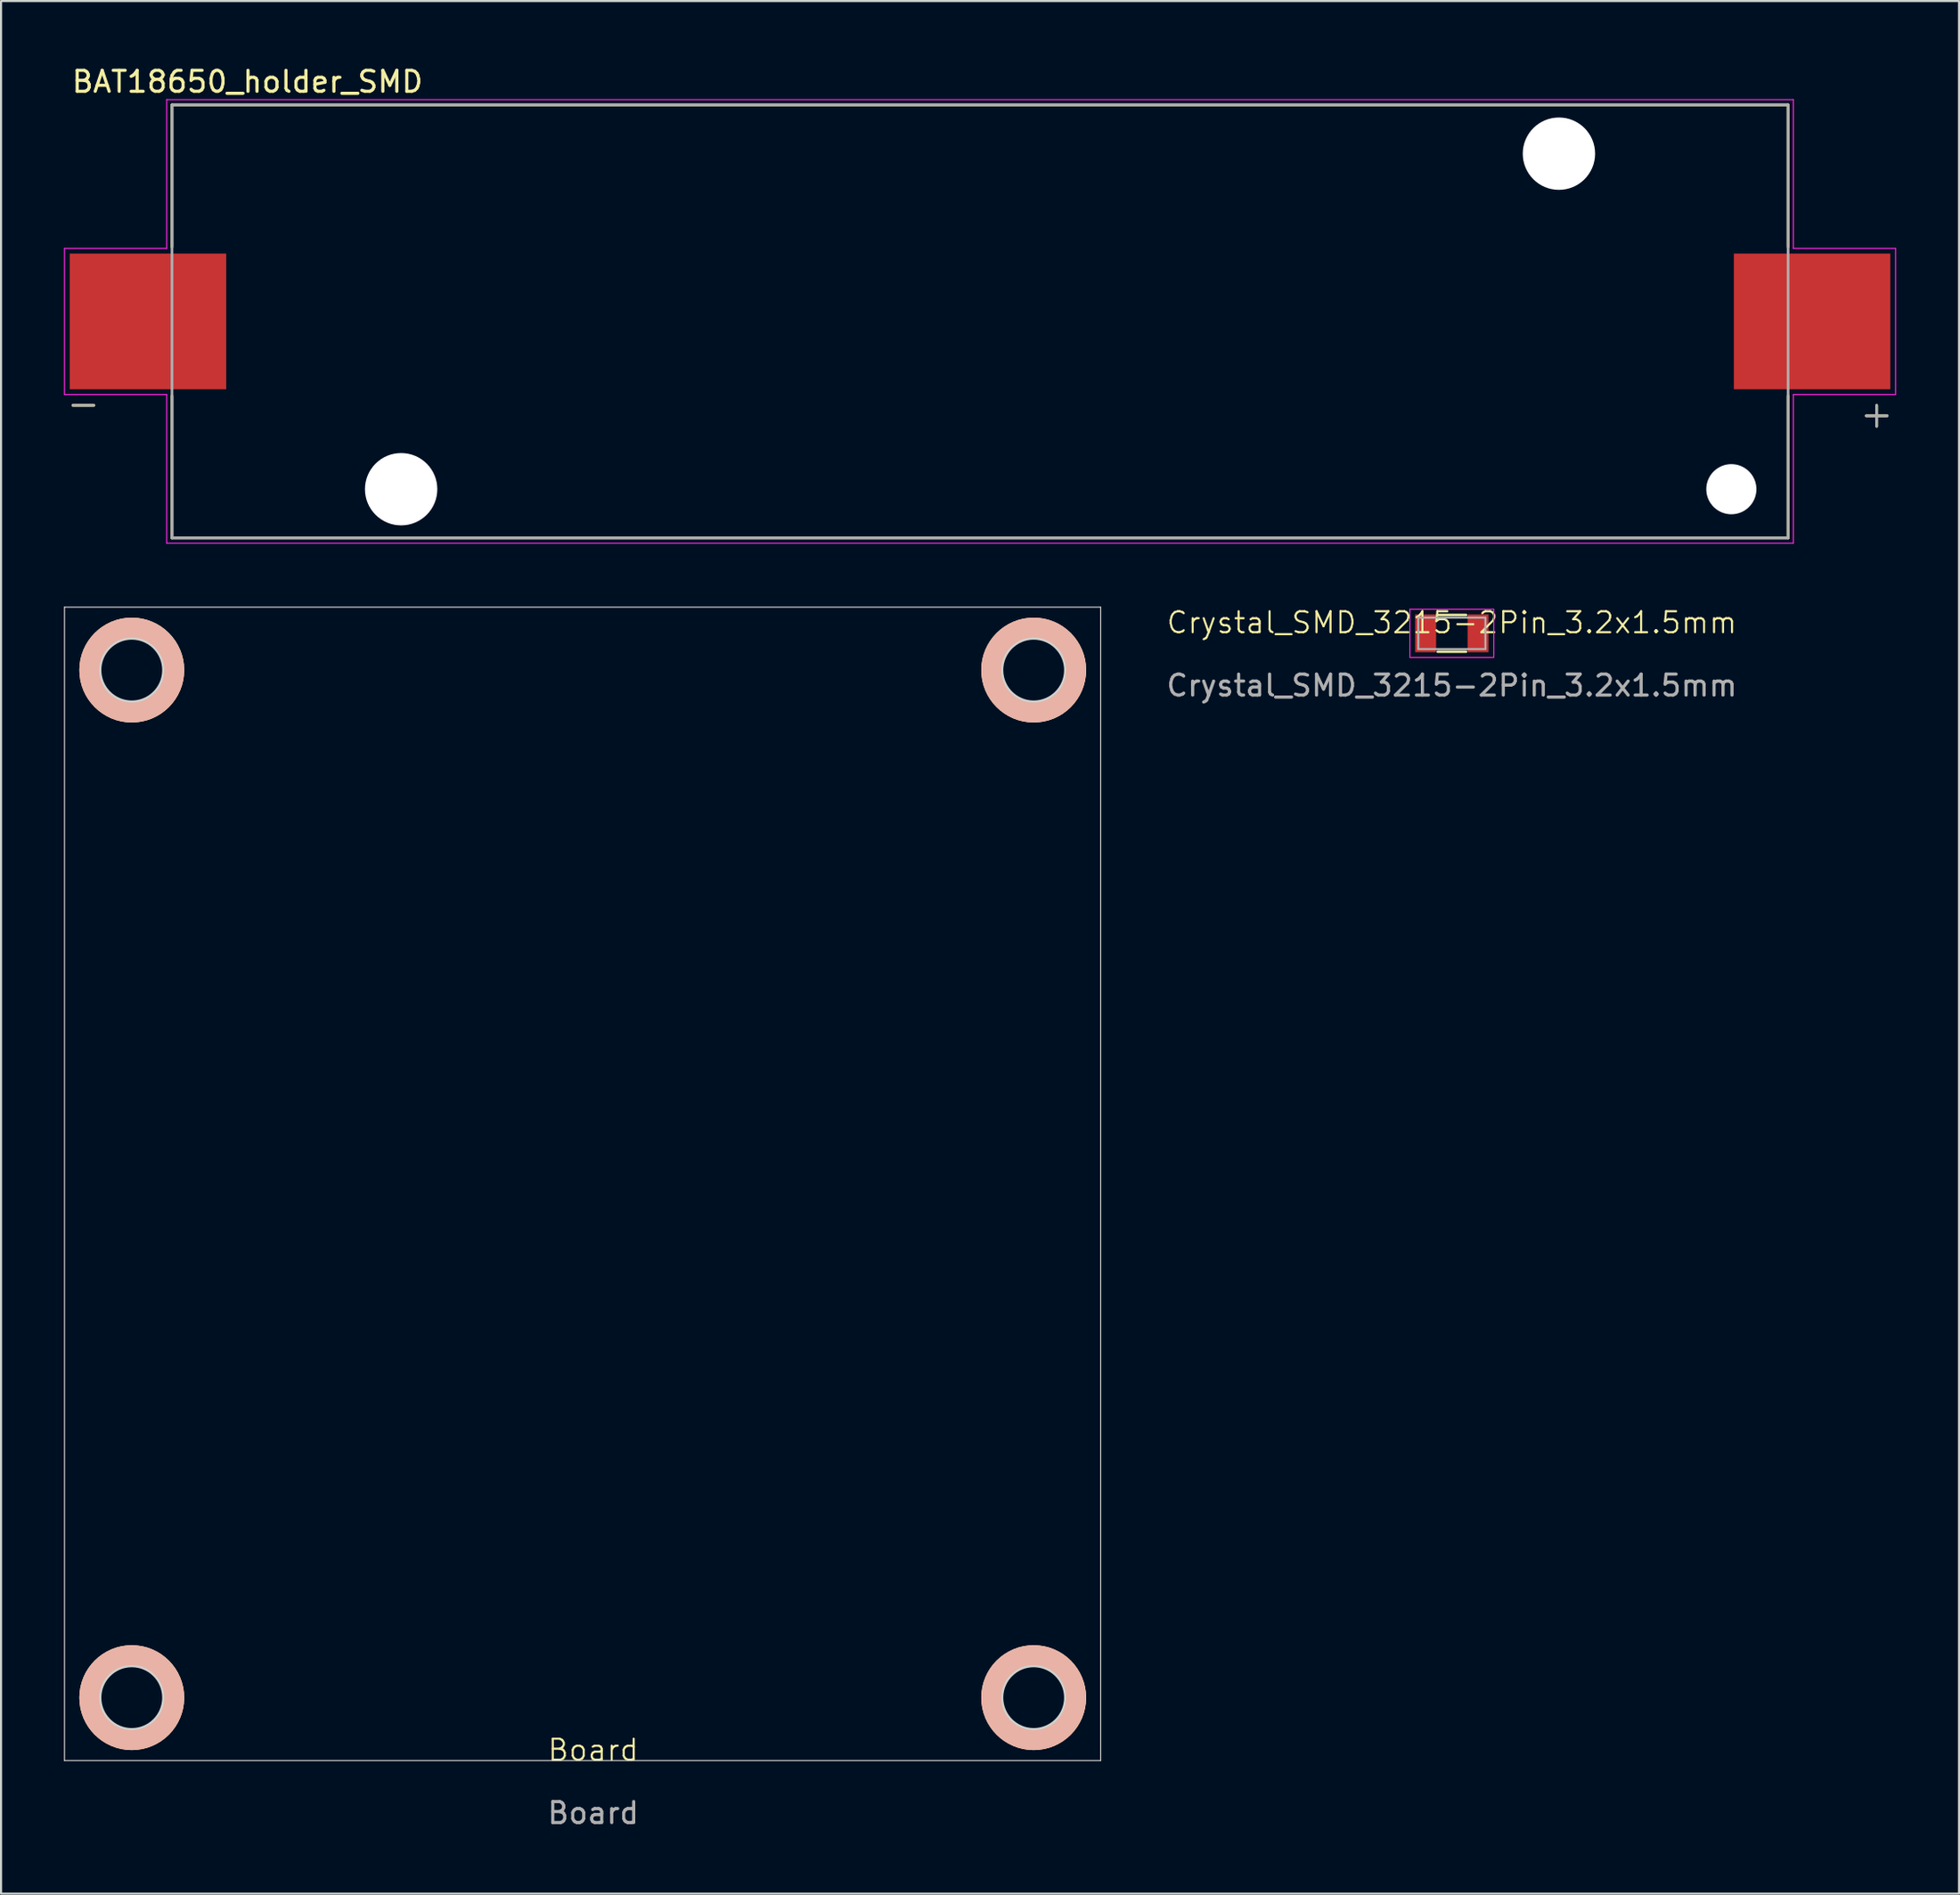
<source format=kicad_pcb>
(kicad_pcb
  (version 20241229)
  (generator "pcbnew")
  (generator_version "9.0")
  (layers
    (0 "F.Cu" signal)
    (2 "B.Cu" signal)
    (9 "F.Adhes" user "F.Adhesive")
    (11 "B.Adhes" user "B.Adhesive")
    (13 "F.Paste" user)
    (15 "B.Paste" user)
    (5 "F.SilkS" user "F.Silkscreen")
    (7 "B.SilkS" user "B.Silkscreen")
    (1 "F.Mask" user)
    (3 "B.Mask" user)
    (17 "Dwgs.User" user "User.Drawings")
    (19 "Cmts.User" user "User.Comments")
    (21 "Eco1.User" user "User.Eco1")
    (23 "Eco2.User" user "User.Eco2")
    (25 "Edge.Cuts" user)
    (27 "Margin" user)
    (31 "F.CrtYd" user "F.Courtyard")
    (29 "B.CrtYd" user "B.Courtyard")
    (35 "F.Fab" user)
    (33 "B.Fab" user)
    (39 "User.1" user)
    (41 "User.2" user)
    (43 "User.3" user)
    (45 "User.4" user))
  (footprint "Crystal_SMD_3215-2Pin_3.2x1.5mm"
    (layer "F.Cu")
    (at 66.17 27.139)
    (property "Reference" "Crystal_SMD_3215-2Pin_3.2x1.5mm" (at 0 -0.5 0) (unlocked yes) (layer "F.SilkS") (effects (font (size 1 1) (thickness 0.1))))
    (attr smd)
    (fp_line (start -0.675 -0.863) (end 0.675 -0.863) (stroke (width 0.12) (type solid)) (layer "F.SilkS"))
    (fp_line (start -0.675 0.887) (end 0.675 0.887) (stroke (width 0.12) (type solid)) (layer "F.SilkS"))
    (fp_line (start -2 -1.138) (end -2 1.162) (stroke (width 0.05) (type solid)) (layer "F.CrtYd"))
    (fp_line (start -2 -1.138) (end 2 -1.138) (stroke (width 0.05) (type solid)) (layer "F.CrtYd"))
    (fp_line (start -2 1.162) (end 2 1.162) (stroke (width 0.05) (type solid)) (layer "F.CrtYd"))
    (fp_line (start 2 -1.138) (end 2 1.162) (stroke (width 0.05) (type solid)) (layer "F.CrtYd"))
    (fp_line (start -1.6 -0.738) (end -1.6 0.762) (stroke (width 0.1) (type solid)) (layer "F.Fab"))
    (fp_line (start -1.6 -0.738) (end 1.6 -0.738) (stroke (width 0.1) (type solid)) (layer "F.Fab"))
    (fp_line (start -1.6 0.762) (end 1.6 0.762) (stroke (width 0.1) (type solid)) (layer "F.Fab"))
    (fp_line (start 1.6 -0.738) (end 1.6 0.762) (stroke (width 0.1) (type solid)) (layer "F.Fab"))
    (fp_text user "${REFERENCE}" (at 0 2.5 0) (unlocked yes) (layer "F.Fab") (effects (font (size 1 1) (thickness 0.15))))
    (pad "1" smd rect (at 1.25 0.012) (size 1 1.8) (layers "F.Cu" "F.Mask" "F.Paste"))
    (pad "2" smd rect (at -1.25 0.012) (size 1 1.8) (layers "F.Cu" "F.Mask" "F.Paste")))
  (footprint "BAT18650_holder_SMD"
    (layer "F.Cu")
    (at 43.675 12.278)
    (property "Reference" "BAT18650_holder_SMD" (at -34.925 -11.43 0) (layer "F.SilkS") (effects (font (size 1 1) (thickness 0.15))))
    (attr through_hole)
    (fp_line (start -43.25 4) (end -42.25 4) (stroke (width 0.127) (type solid)) (layer "F.SilkS"))
    (fp_line (start -38.525 -10.325) (end 38.525 -10.325) (stroke (width 0.127) (type solid)) (layer "F.SilkS"))
    (fp_line (start -38.525 -3.55) (end -38.525 -10.325) (stroke (width 0.127) (type solid)) (layer "F.SilkS"))
    (fp_line (start -38.525 10.325) (end -38.525 3.55) (stroke (width 0.127) (type solid)) (layer "F.SilkS"))
    (fp_line (start 38.525 -10.325) (end 38.525 -3.55) (stroke (width 0.127) (type solid)) (layer "F.SilkS"))
    (fp_line (start 38.525 3.55) (end 38.525 10.325) (stroke (width 0.127) (type solid)) (layer "F.SilkS"))
    (fp_line (start 38.525 10.325) (end -38.525 10.325) (stroke (width 0.127) (type solid)) (layer "F.SilkS"))
    (fp_line (start 42.25 4.5) (end 43.25 4.5) (stroke (width 0.127) (type solid)) (layer "F.SilkS"))
    (fp_line (start 42.75 4) (end 42.75 5) (stroke (width 0.127) (type solid)) (layer "F.SilkS"))
    (fp_line (start -43.65 -3.485) (end -38.775 -3.485) (stroke (width 0.05) (type solid)) (layer "F.CrtYd"))
    (fp_line (start -43.65 3.485) (end -43.65 -3.485) (stroke (width 0.05) (type solid)) (layer "F.CrtYd"))
    (fp_line (start -38.775 -10.575) (end 38.775 -10.575) (stroke (width 0.05) (type solid)) (layer "F.CrtYd"))
    (fp_line (start -38.775 -3.485) (end -38.775 -10.575) (stroke (width 0.05) (type solid)) (layer "F.CrtYd"))
    (fp_line (start -38.775 3.485) (end -43.65 3.485) (stroke (width 0.05) (type solid)) (layer "F.CrtYd"))
    (fp_line (start -38.775 10.575) (end -38.775 3.485) (stroke (width 0.05) (type solid)) (layer "F.CrtYd"))
    (fp_line (start 38.775 -10.575) (end 38.775 -3.485) (stroke (width 0.05) (type solid)) (layer "F.CrtYd"))
    (fp_line (start 38.775 -3.485) (end 43.65 -3.485) (stroke (width 0.05) (type solid)) (layer "F.CrtYd"))
    (fp_line (start 38.775 3.485) (end 38.775 10.575) (stroke (width 0.05) (type solid)) (layer "F.CrtYd"))
    (fp_line (start 38.775 10.575) (end -38.775 10.575) (stroke (width 0.05) (type solid)) (layer "F.CrtYd"))
    (fp_line (start 43.65 -3.485) (end 43.65 3.485) (stroke (width 0.05) (type solid)) (layer "F.CrtYd"))
    (fp_line (start 43.65 3.485) (end 38.775 3.485) (stroke (width 0.05) (type solid)) (layer "F.CrtYd"))
    (fp_line (start -43.25 4) (end -42.25 4) (stroke (width 0.127) (type solid)) (layer "F.Fab"))
    (fp_line (start -38.525 -10.325) (end 38.525 -10.325) (stroke (width 0.127) (type solid)) (layer "F.Fab"))
    (fp_line (start -38.525 10.325) (end -38.525 -10.325) (stroke (width 0.127) (type solid)) (layer "F.Fab"))
    (fp_line (start 38.525 -10.325) (end 38.525 10.325) (stroke (width 0.127) (type solid)) (layer "F.Fab"))
    (fp_line (start 38.525 10.325) (end -38.525 10.325) (stroke (width 0.127) (type solid)) (layer "F.Fab"))
    (fp_line (start 42.25 4.5) (end 43.25 4.5) (stroke (width 0.127) (type solid)) (layer "F.Fab"))
    (fp_line (start 42.75 4) (end 42.75 5) (stroke (width 0.127) (type solid)) (layer "F.Fab"))
    (pad "" np_thru_hole circle (at -27.6 8) (size 3.45 3.45) (drill 3.45) (layers "*.Cu" "*.Mask"))
    (pad "" np_thru_hole circle (at 27.6 -8) (size 3.45 3.45) (drill 3.45) (layers "*.Cu" "*.Mask"))
    (pad "" np_thru_hole circle (at 35.82 8) (size 2.39 2.39) (drill 2.39) (layers "*.Cu" "*.Mask"))
    (pad "N" smd rect (at -39.67 0) (size 7.46 6.47) (layers "F.Cu" "F.Mask" "F.Paste"))
    (pad "P" smd rect (at 39.67 0) (size 7.46 6.47) (layers "F.Cu" "F.Mask" "F.Paste")))
  (footprint "Board"
    (layer "F.Cu")
    (at 25.233 80.903)
    (property "Reference" "Board" (at 0 -0.5 0) (unlocked yes) (layer "F.SilkS") (effects (font (size 1 1) (thickness 0.1))))
    (attr smd)
    (fp_circle (center -22 -52) (end -20 -52) (stroke (width 1) (type default)) (fill no) (layer "F.SilkS"))
    (fp_circle (center -22 -3) (end -20 -3) (stroke (width 1) (type default)) (fill no) (layer "F.SilkS"))
    (fp_circle (center 21 -52) (end 23 -52) (stroke (width 1) (type default)) (fill no) (layer "F.SilkS"))
    (fp_circle (center 21 -3) (end 23 -3) (stroke (width 1) (type default)) (fill no) (layer "F.SilkS"))
    (fp_circle (center -22 -52) (end -20 -52) (stroke (width 1) (type default)) (fill no) (layer "B.SilkS"))
    (fp_circle (center -22 -3) (end -20 -3) (stroke (width 1) (type default)) (fill no) (layer "B.SilkS"))
    (fp_circle (center 21 -52) (end 23 -52) (stroke (width 1) (type default)) (fill no) (layer "B.SilkS"))
    (fp_circle (center 21 -3) (end 23 -3) (stroke (width 1) (type default)) (fill no) (layer "B.SilkS"))
    (fp_line (start -25.208 0) (end -25.208 -55) (stroke (width 0.05) (type default)) (layer "Edge.Cuts"))
    (fp_line (start 24.192 -55) (end -25.208 -55) (stroke (width 0.05) (type default)) (layer "Edge.Cuts"))
    (fp_line (start 24.192 0) (end -25.208 0) (stroke (width 0.05) (type default)) (layer "Edge.Cuts"))
    (fp_line (start 24.192 0) (end 24.192 -55) (stroke (width 0.05) (type default)) (layer "Edge.Cuts"))
    (fp_circle (center -22 -52) (end -20.5 -52) (stroke (width 0.1) (type default)) (fill no) (layer "Edge.Cuts"))
    (fp_circle (center -22 -3) (end -20.5 -3) (stroke (width 0.1) (type default)) (fill no) (layer "Edge.Cuts"))
    (fp_circle (center 21 -52) (end 22.5 -52) (stroke (width 0.1) (type default)) (fill no) (layer "Edge.Cuts"))
    (fp_circle (center 21 -3) (end 22.5 -3) (stroke (width 0.1) (type default)) (fill no) (layer "Edge.Cuts"))
    (fp_text user "${REFERENCE}" (at 0 2.5 0) (unlocked yes) (layer "F.Fab") (effects (font (size 1 1) (thickness 0.15)))))
  (gr_rect
    (start -3 -3)
    (end 90.35 87.251)
    (stroke (width 0.1) (type default))
    (fill no)
    (layer "Edge.Cuts")))
</source>
